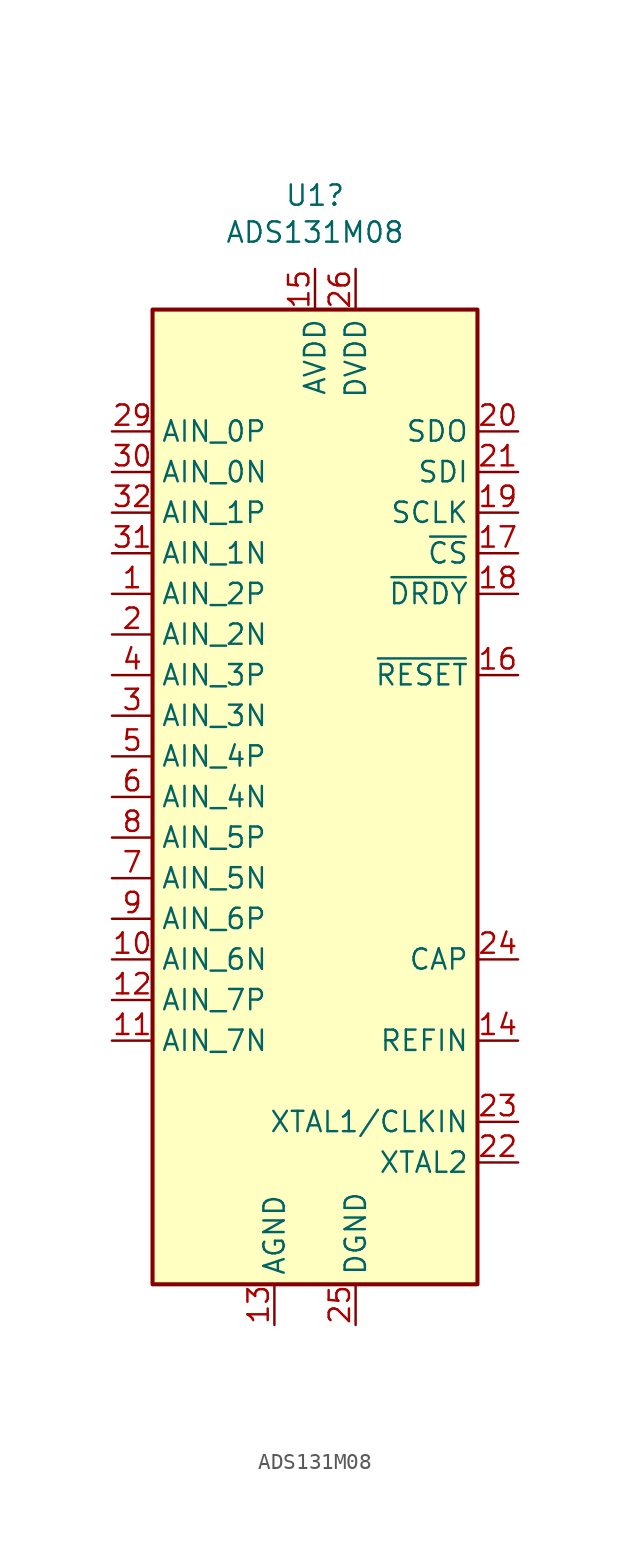
<source format=kicad_sym>
(kicad_symbol_lib
  (version 20211014)
  (generator kicad_symbol_editor)
  (symbol "ADS131M08"
    (property "Reference" "U1"
      (at 0 37.617 0)
      (effects (font (size 1.27 1.27))))
    (property "Value" "ADS131M08"
      (at 0 35.306 0)
      (effects (font (size 1.27 1.27))))
    (symbol "ADS131M08_0_1"
      (rectangle (start -10.16 30.48) (end 10.16 -30.48) (stroke (width 0.254) (type default) (color 0 0 0 0)) (fill (type background))))
    (symbol "ADS131M08_1_1"
      (pin input line (at -12.7 12.7 0) (length 2.54) (name "AIN_2P" (effects (font (size 1.27 1.27)))) (number "1" (effects (font (size 1.27 1.27)))))
      (pin input line (at -12.7 -10.16 0) (length 2.54) (name "AIN_6N" (effects (font (size 1.27 1.27)))) (number "10" (effects (font (size 1.27 1.27)))))
      (pin input line (at -12.7 -15.24 0) (length 2.54) (name "AIN_7N" (effects (font (size 1.27 1.27)))) (number "11" (effects (font (size 1.27 1.27)))))
      (pin input line (at -12.7 -12.7 0) (length 2.54) (name "AIN_7P" (effects (font (size 1.27 1.27)))) (number "12" (effects (font (size 1.27 1.27)))))
      (pin power_in line (at -2.54 -33.02 90) (length 2.54) (name "AGND" (effects (font (size 1.27 1.27)))) (number "13" (effects (font (size 1.27 1.27)))))
      (pin passive line (at 12.7 -15.24 180) (length 2.54) (name "REFIN" (effects (font (size 1.27 1.27)))) (number "14" (effects (font (size 1.27 1.27)))))
      (pin power_in line (at 0 33.02 270) (length 2.54) (name "AVDD" (effects (font (size 1.27 1.27)))) (number "15" (effects (font (size 1.27 1.27)))))
      (pin input line (at 12.7 7.62 180) (length 2.54) (name "~{RESET}" (effects (font (size 1.27 1.27)))) (number "16" (effects (font (size 1.27 1.27)))))
      (pin input line (at 12.7 15.24 180) (length 2.54) (name "~{CS}" (effects (font (size 1.27 1.27)))) (number "17" (effects (font (size 1.27 1.27)))))
      (pin input line (at 12.7 12.7 180) (length 2.54) (name "~{DRDY}" (effects (font (size 1.27 1.27)))) (number "18" (effects (font (size 1.27 1.27)))))
      (pin input line (at 12.7 17.78 180) (length 2.54) (name "SCLK" (effects (font (size 1.27 1.27)))) (number "19" (effects (font (size 1.27 1.27)))))
      (pin input line (at -12.7 10.16 0) (length 2.54) (name "AIN_2N" (effects (font (size 1.27 1.27)))) (number "2" (effects (font (size 1.27 1.27)))))
      (pin output line (at 12.7 22.86 180) (length 2.54) (name "SDO" (effects (font (size 1.27 1.27)))) (number "20" (effects (font (size 1.27 1.27)))))
      (pin input line (at 12.7 20.32 180) (length 2.54) (name "SDI" (effects (font (size 1.27 1.27)))) (number "21" (effects (font (size 1.27 1.27)))))
      (pin output line (at 12.7 -22.86 180) (length 2.54) (name "XTAL2" (effects (font (size 1.27 1.27)))) (number "22" (effects (font (size 1.27 1.27)))))
      (pin input line (at 12.7 -20.32 180) (length 2.54) (name "XTAL1/CLKIN" (effects (font (size 1.27 1.27)))) (number "23" (effects (font (size 1.27 1.27)))))
      (pin passive line (at 12.7 -10.16 180) (length 2.54) (name "CAP" (effects (font (size 1.27 1.27)))) (number "24" (effects (font (size 1.27 1.27)))))
      (pin power_in line (at 2.54 -33.02 90) (length 2.54) (name "DGND" (effects (font (size 1.27 1.27)))) (number "25" (effects (font (size 1.27 1.27)))))
      (pin power_in line (at 2.54 33.02 270) (length 2.54) (name "DVDD" (effects (font (size 1.27 1.27)))) (number "26" (effects (font (size 1.27 1.27)))))
      (pin no_connect line (at 10.16 -5.08 180) (length 2.54) hide (name "DNC" (effects (font (size 1.27 1.27)))) (number "27" (effects (font (size 1.27 1.27)))))
      (pin passive line (at -2.54 -33.02 90) (length 2.54) hide (name "AGND" (effects (font (size 1.27 1.27)))) (number "28" (effects (font (size 1.27 1.27)))))
      (pin input line (at -12.7 22.86 0) (length 2.54) (name "AIN_0P" (effects (font (size 1.27 1.27)))) (number "29" (effects (font (size 1.27 1.27)))))
      (pin input line (at -12.7 5.08 0) (length 2.54) (name "AIN_3N" (effects (font (size 1.27 1.27)))) (number "3" (effects (font (size 1.27 1.27)))))
      (pin input line (at -12.7 20.32 0) (length 2.54) (name "AIN_0N" (effects (font (size 1.27 1.27)))) (number "30" (effects (font (size 1.27 1.27)))))
      (pin input line (at -12.7 15.24 0) (length 2.54) (name "AIN_1N" (effects (font (size 1.27 1.27)))) (number "31" (effects (font (size 1.27 1.27)))))
      (pin input line (at -12.7 17.78 0) (length 2.54) (name "AIN_1P" (effects (font (size 1.27 1.27)))) (number "32" (effects (font (size 1.27 1.27)))))
      (pin passive line (at -2.54 -33.02 90) (length 2.54) hide (name "AGND" (effects (font (size 1.27 1.27)))) (number "33" (effects (font (size 1.27 1.27)))))
      (pin input line (at -12.7 7.62 0) (length 2.54) (name "AIN_3P" (effects (font (size 1.27 1.27)))) (number "4" (effects (font (size 1.27 1.27)))))
      (pin input line (at -12.7 2.54 0) (length 2.54) (name "AIN_4P" (effects (font (size 1.27 1.27)))) (number "5" (effects (font (size 1.27 1.27)))))
      (pin input line (at -12.7 0 0) (length 2.54) (name "AIN_4N" (effects (font (size 1.27 1.27)))) (number "6" (effects (font (size 1.27 1.27)))))
      (pin input line (at -12.7 -5.08 0) (length 2.54) (name "AIN_5N" (effects (font (size 1.27 1.27)))) (number "7" (effects (font (size 1.27 1.27)))))
      (pin input line (at -12.7 -2.54 0) (length 2.54) (name "AIN_5P" (effects (font (size 1.27 1.27)))) (number "8" (effects (font (size 1.27 1.27)))))
      (pin input line (at -12.7 -7.62 0) (length 2.54) (name "AIN_6P" (effects (font (size 1.27 1.27)))) (number "9" (effects (font (size 1.27 1.27))))))))
</source>
